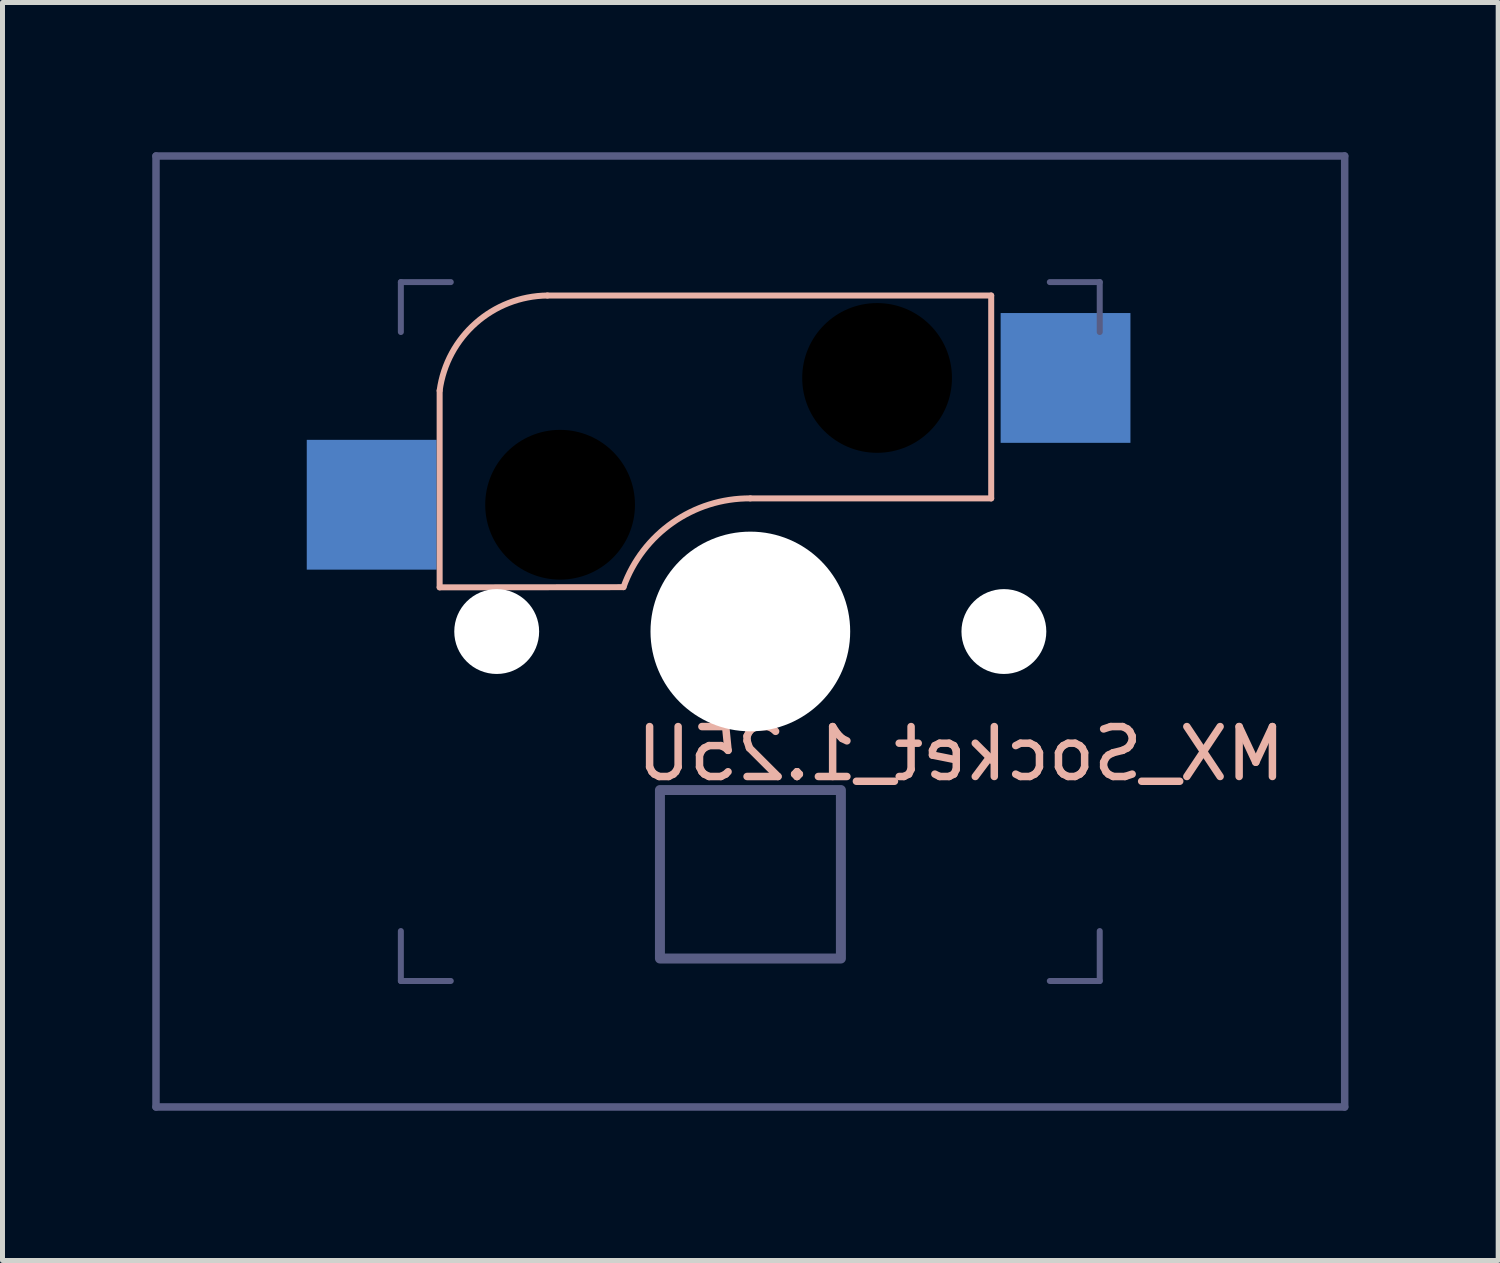
<source format=kicad_pcb>
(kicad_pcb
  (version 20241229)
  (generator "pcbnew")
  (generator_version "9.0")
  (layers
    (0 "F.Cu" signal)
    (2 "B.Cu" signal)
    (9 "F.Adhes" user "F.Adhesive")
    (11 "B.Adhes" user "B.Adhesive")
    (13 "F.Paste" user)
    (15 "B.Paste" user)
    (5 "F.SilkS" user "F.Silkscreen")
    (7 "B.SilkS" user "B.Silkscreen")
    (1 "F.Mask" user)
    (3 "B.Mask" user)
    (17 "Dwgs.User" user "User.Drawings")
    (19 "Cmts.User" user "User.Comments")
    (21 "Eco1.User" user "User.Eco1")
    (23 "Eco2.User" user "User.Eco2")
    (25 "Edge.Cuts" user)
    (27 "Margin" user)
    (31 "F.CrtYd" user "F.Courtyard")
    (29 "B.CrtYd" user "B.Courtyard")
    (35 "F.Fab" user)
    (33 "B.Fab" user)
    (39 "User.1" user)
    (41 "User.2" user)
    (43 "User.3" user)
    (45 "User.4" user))
  (footprint "MX_Socket_1.25U"
    (layer "F.Cu")
    (at 11.981 9.6)
    (property "Reference" "MX_Socket_1.25U" (at 4.22 2.45 0) (unlocked yes) (layer "B.SilkS") (effects (font (size 1 1) (thickness 0.15)) (justify mirror)))
    (attr through_hole)
    (fp_line (start -6.224 -0.884) (end -6.224 -4.825) (stroke (width 0.12) (type solid)) (layer "B.SilkS"))
    (fp_line (start -6.224 -0.884) (end -2.541 -0.888) (stroke (width 0.12) (type solid)) (layer "B.SilkS"))
    (fp_line (start -0.001 -2.666) (end 4.825 -2.666) (stroke (width 0.12) (type solid)) (layer "B.SilkS"))
    (fp_line (start 4.825 -6.73) (end -4.065 -6.73) (stroke (width 0.12) (type solid)) (layer "B.SilkS"))
    (fp_line (start 4.825 -2.666) (end 4.825 -6.73) (stroke (width 0.12) (type solid)) (layer "B.SilkS"))
    (fp_arc (start -6.224082 -4.825261) (mid -5.498787 -6.179195) (end -4.065082 -6.730261) (stroke (width 0.12) (type solid)) (layer "B.SilkS"))
    (fp_arc (start -2.541082 -0.888261) (mid -1.554773 -2.182533) (end -0.001082 -2.666261) (stroke (width 0.12) (type solid)) (layer "B.SilkS"))
    (fp_line (start -11.906 -9.525) (end 11.906 -9.525) (stroke (width 0.15) (type solid)) (layer "B.Fab"))
    (fp_line (start -11.906 9.525) (end -11.906 -9.525) (stroke (width 0.15) (type solid)) (layer "B.Fab"))
    (fp_line (start -11.906 9.525) (end 11.906 9.525) (stroke (width 0.15) (type solid)) (layer "B.Fab"))
    (fp_line (start -7.001 -6.999) (end -6.001 -6.999) (stroke (width 0.12) (type solid)) (layer "B.Fab"))
    (fp_line (start -7.001 -5.999) (end -7.001 -6.999) (stroke (width 0.12) (type solid)) (layer "B.Fab"))
    (fp_line (start -7.001 6.001) (end -7.001 7.001) (stroke (width 0.12) (type solid)) (layer "B.Fab"))
    (fp_line (start -7.001 7.001) (end -6.001 7.001) (stroke (width 0.12) (type solid)) (layer "B.Fab"))
    (fp_line (start 5.999 7.001) (end 6.999 7.001) (stroke (width 0.12) (type solid)) (layer "B.Fab"))
    (fp_line (start 6.999 -6.999) (end 5.999 -6.999) (stroke (width 0.12) (type solid)) (layer "B.Fab"))
    (fp_line (start 6.999 -6.999) (end 6.999 -5.999) (stroke (width 0.12) (type solid)) (layer "B.Fab"))
    (fp_line (start 6.999 7.001) (end 6.999 6.001) (stroke (width 0.12) (type solid)) (layer "B.Fab"))
    (fp_line (start 11.906 -9.525) (end 11.906 9.525) (stroke (width 0.15) (type solid)) (layer "B.Fab"))
    (fp_rect (start 1.814 6.551) (end -1.811 3.176) (stroke (width 0.2) (type solid)) (fill no) (layer "B.Fab"))
    (pad "" np_thru_hole circle (at -5.081 0.001 90) (size 1.7 1.7) (drill 1.7) (layers "*.Cu" "*.Mask"))
    (pad "" np_thru_hole circle (at -3.811 -2.539 180) (size 3 3) (drill 3) (layers "*.Mask"))
    (pad "" np_thru_hole circle (at 0 0 270) (size 4 4) (drill 4) (layers "*.Cu" "*.Mask"))
    (pad "" np_thru_hole circle (at 2.539 -5.079 180) (size 3 3) (drill 3) (layers "*.Mask"))
    (pad "" np_thru_hole circle (at 5.079 0.001 90) (size 1.7 1.7) (drill 1.7) (layers "*.Cu" "*.Mask"))
    (pad "1" smd rect (at 6.314 -5.079 180) (size 2.6 2.6) (layers "B.Cu" "B.Mask" "B.Paste"))
    (pad "2" smd rect (at -7.586 -2.539 180) (size 2.6 2.6) (layers "B.Cu" "B.Mask" "B.Paste")))
  (gr_rect
    (start -3 -3)
    (end 26.962 22.2)
    (stroke (width 0.1) (type default))
    (fill no)
    (layer "Edge.Cuts")))
</source>
